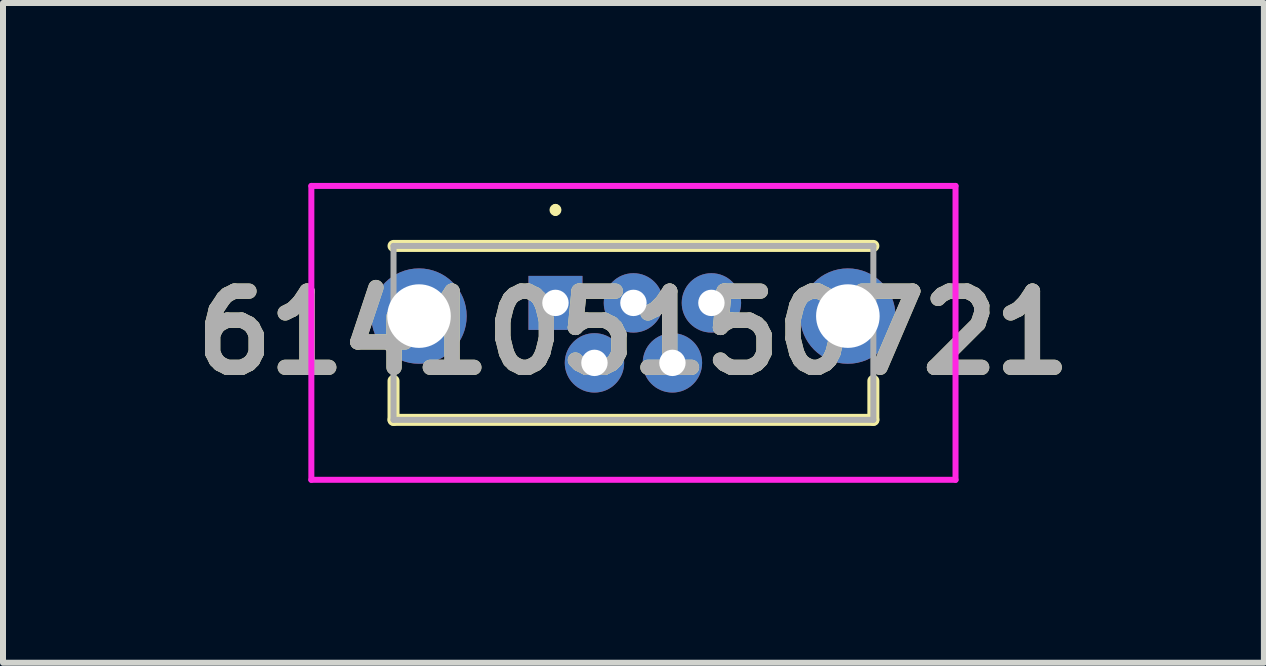
<source format=kicad_pcb>
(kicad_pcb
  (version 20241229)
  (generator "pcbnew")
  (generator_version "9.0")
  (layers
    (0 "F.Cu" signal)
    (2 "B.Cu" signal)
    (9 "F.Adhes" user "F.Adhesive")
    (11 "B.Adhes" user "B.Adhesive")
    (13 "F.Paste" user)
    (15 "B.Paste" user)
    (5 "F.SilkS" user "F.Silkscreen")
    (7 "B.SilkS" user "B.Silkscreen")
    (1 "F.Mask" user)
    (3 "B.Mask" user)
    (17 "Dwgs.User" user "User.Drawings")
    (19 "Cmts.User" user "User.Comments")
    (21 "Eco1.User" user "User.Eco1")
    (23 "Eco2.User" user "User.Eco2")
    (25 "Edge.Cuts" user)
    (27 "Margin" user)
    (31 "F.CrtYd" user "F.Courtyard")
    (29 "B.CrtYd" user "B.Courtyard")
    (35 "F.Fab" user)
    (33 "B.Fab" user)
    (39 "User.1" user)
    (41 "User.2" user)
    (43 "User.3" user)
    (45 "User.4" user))
  (footprint "614105150721"
    (layer "F.Cu")
    (at 6.211 2)
    (property "Reference" "614105150721" (at 1.3 0.5 0) (layer "F.SilkS") (effects (font (size 1.27 1.27) (thickness 0.254))))
    (attr through_hole)
    (fp_line (start -2.7 -0.95) (end 5.3 -0.95) (stroke (width 0.2) (type solid)) (layer "F.SilkS"))
    (fp_line (start -2.7 1.3) (end -2.7 1.95) (stroke (width 0.2) (type solid)) (layer "F.SilkS"))
    (fp_line (start -2.7 1.95) (end 5.3 1.95) (stroke (width 0.2) (type solid)) (layer "F.SilkS"))
    (fp_line (start 0 -1.6) (end 0 -1.6) (stroke (width 0.1) (type solid)) (layer "F.SilkS"))
    (fp_line (start 0 -1.5) (end 0 -1.5) (stroke (width 0.1) (type solid)) (layer "F.SilkS"))
    (fp_line (start 5.3 1.95) (end 5.3 1.3) (stroke (width 0.2) (type solid)) (layer "F.SilkS"))
    (fp_arc (start 0 -1.6) (mid 0.05 -1.55) (end 0 -1.5) (stroke (width 0.1) (type solid)) (layer "F.SilkS"))
    (fp_arc (start 0 -1.5) (mid -0.05 -1.55) (end 0 -1.6) (stroke (width 0.1) (type solid)) (layer "F.SilkS"))
    (fp_line (start -4.07 -1.95) (end 6.67 -1.95) (stroke (width 0.1) (type solid)) (layer "F.CrtYd"))
    (fp_line (start -4.07 2.95) (end -4.07 -1.95) (stroke (width 0.1) (type solid)) (layer "F.CrtYd"))
    (fp_line (start 6.67 -1.95) (end 6.67 2.95) (stroke (width 0.1) (type solid)) (layer "F.CrtYd"))
    (fp_line (start 6.67 2.95) (end -4.07 2.95) (stroke (width 0.1) (type solid)) (layer "F.CrtYd"))
    (fp_line (start -2.7 -0.95) (end 5.3 -0.95) (stroke (width 0.1) (type solid)) (layer "F.Fab"))
    (fp_line (start -2.7 1.95) (end -2.7 -0.95) (stroke (width 0.1) (type solid)) (layer "F.Fab"))
    (fp_line (start 5.3 -0.95) (end 5.3 1.95) (stroke (width 0.1) (type solid)) (layer "F.Fab"))
    (fp_line (start 5.3 1.95) (end -2.7 1.95) (stroke (width 0.1) (type solid)) (layer "F.Fab"))
    (fp_text user "${REFERENCE}" (at 1.3 0.5 0) (layer "F.Fab") (effects (font (size 1.27 1.27) (thickness 0.254))))
    (pad "1" thru_hole rect (at 0 0) (size 0.9 0.9) (drill 0.44) (layers "*.Cu" "*.Mask"))
    (pad "2" thru_hole circle (at 0.65 1) (size 0.99 0.99) (drill 0.44) (layers "*.Cu" "*.Mask"))
    (pad "3" thru_hole circle (at 1.3 0) (size 0.99 0.99) (drill 0.44) (layers "*.Cu" "*.Mask"))
    (pad "4" thru_hole circle (at 1.95 1) (size 0.99 0.99) (drill 0.44) (layers "*.Cu" "*.Mask"))
    (pad "5" thru_hole circle (at 2.6 0) (size 0.99 0.99) (drill 0.44) (layers "*.Cu" "*.Mask"))
    (pad "MH1" thru_hole circle (at -2.275 0.22) (size 1.59 1.59) (drill 1.06) (layers "*.Cu" "*.Mask"))
    (pad "MH2" thru_hole circle (at 4.875 0.22) (size 1.59 1.59) (drill 1.06) (layers "*.Cu" "*.Mask")))
  (gr_rect
    (start -3 -3)
    (end 18.022 8)
    (stroke (width 0.1) (type default))
    (fill no)
    (layer "Edge.Cuts")))
</source>
